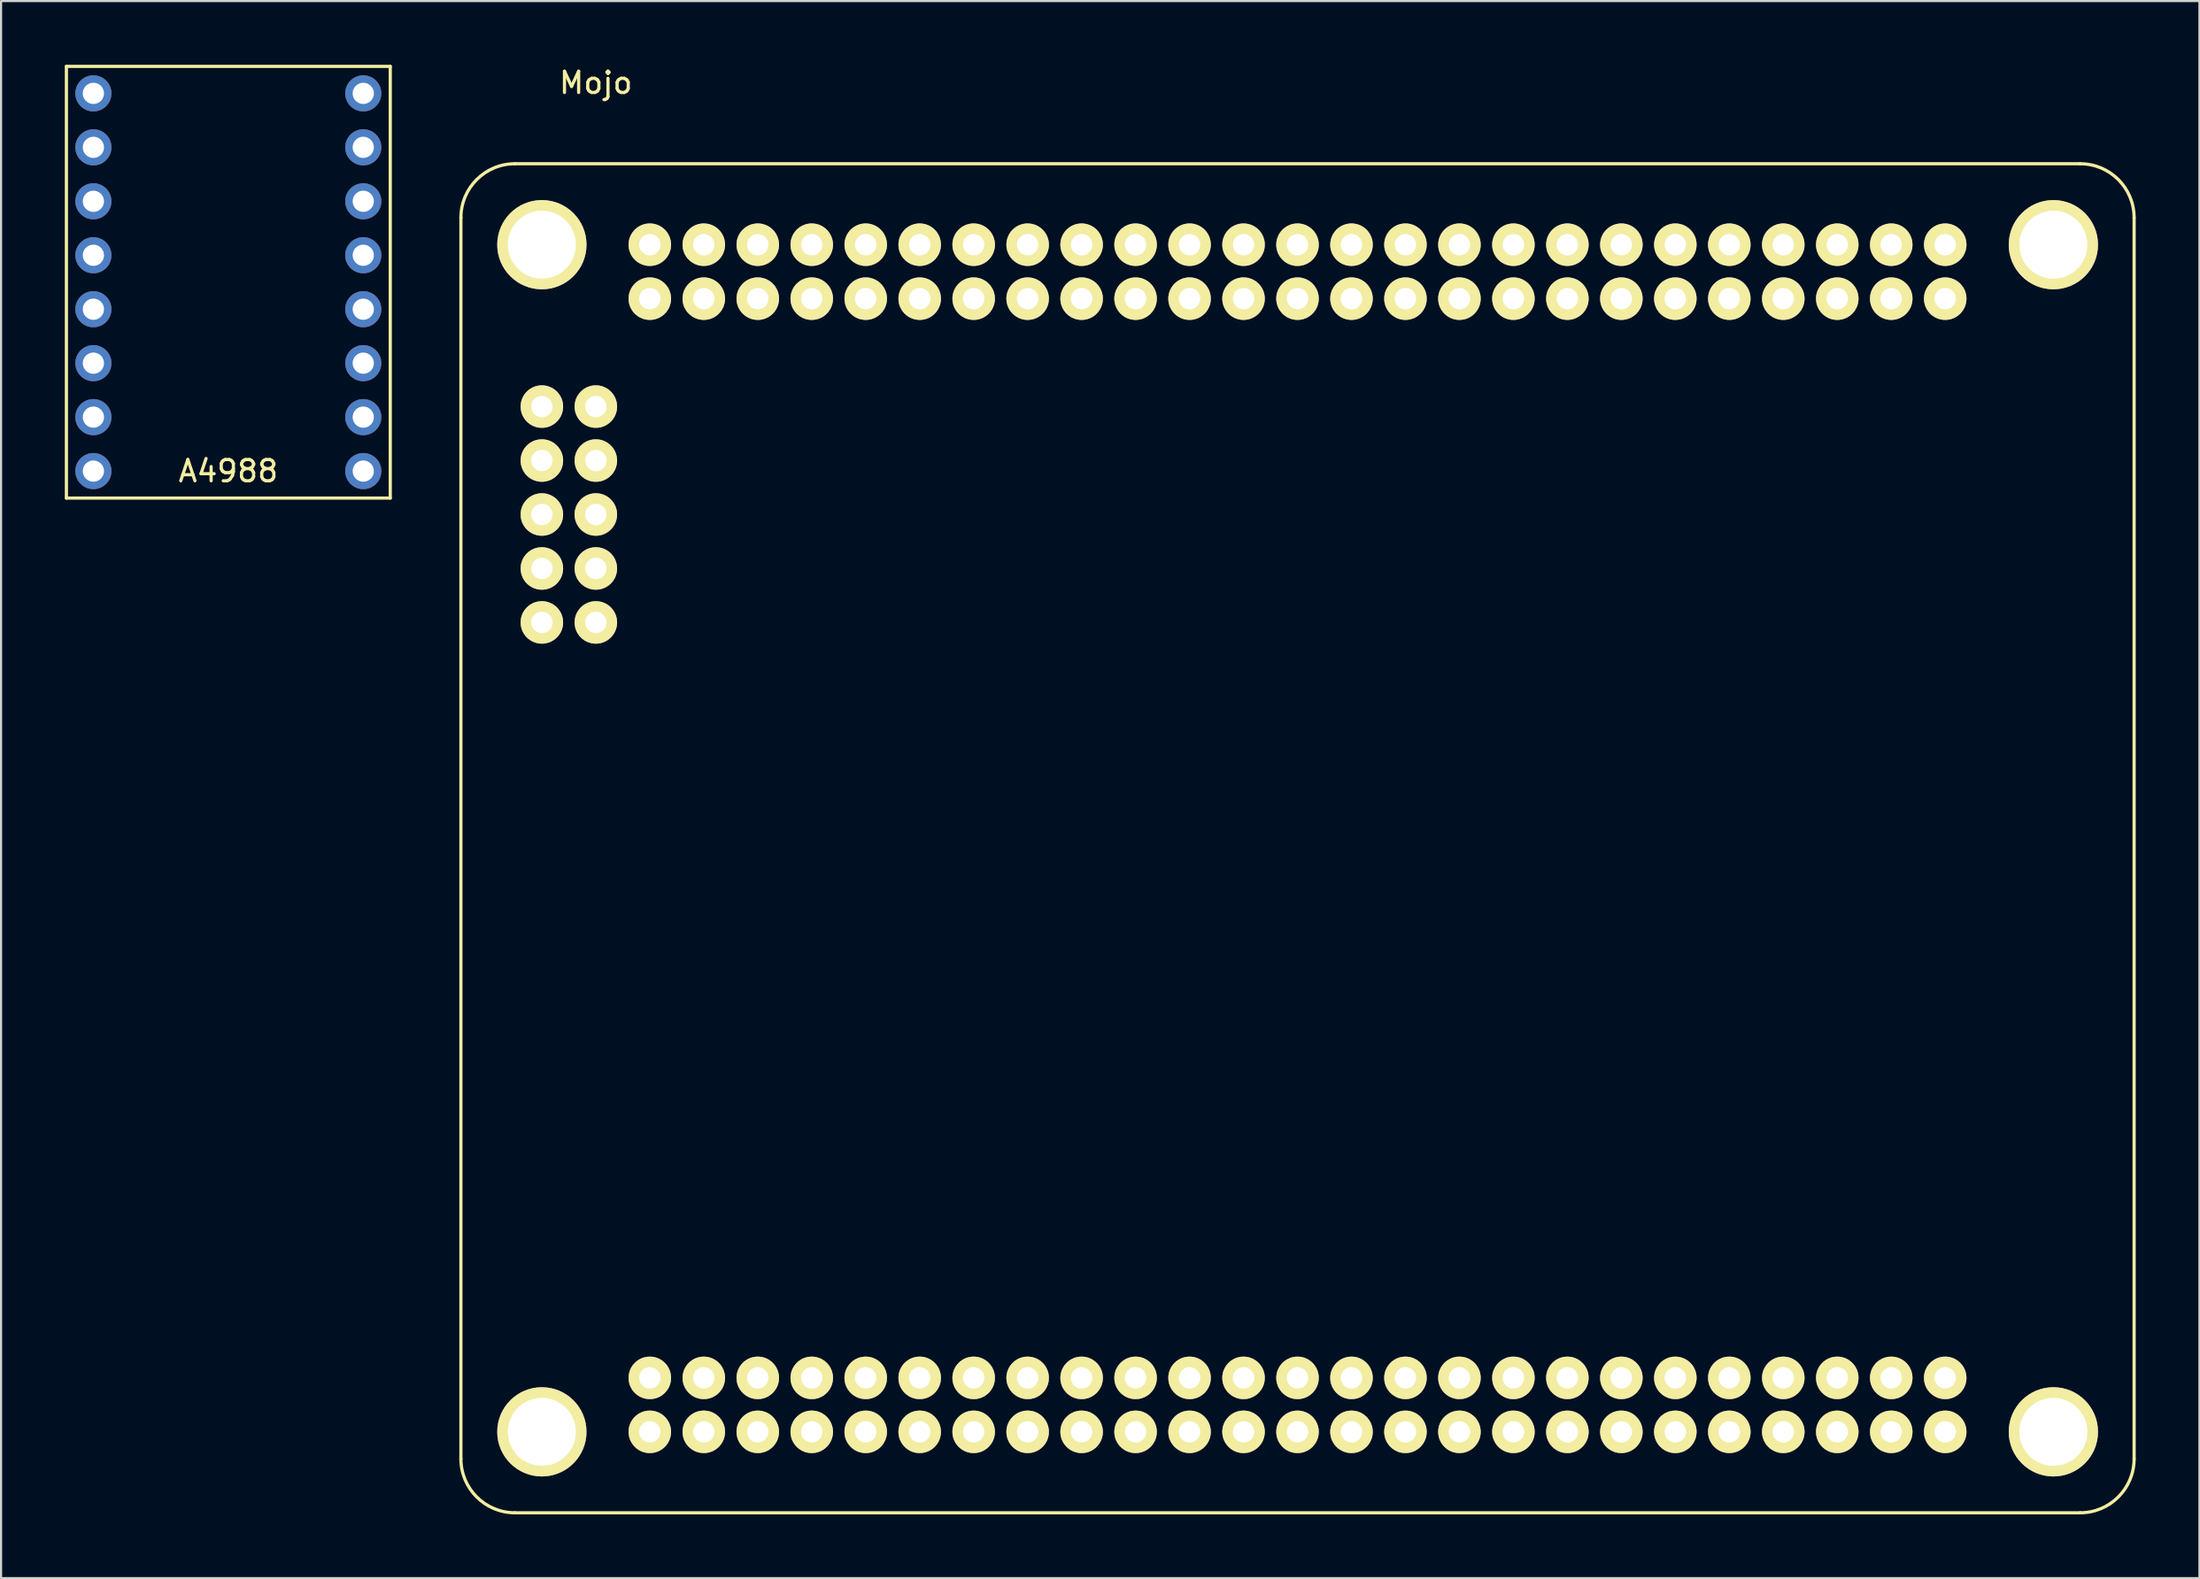
<source format=kicad_pcb>
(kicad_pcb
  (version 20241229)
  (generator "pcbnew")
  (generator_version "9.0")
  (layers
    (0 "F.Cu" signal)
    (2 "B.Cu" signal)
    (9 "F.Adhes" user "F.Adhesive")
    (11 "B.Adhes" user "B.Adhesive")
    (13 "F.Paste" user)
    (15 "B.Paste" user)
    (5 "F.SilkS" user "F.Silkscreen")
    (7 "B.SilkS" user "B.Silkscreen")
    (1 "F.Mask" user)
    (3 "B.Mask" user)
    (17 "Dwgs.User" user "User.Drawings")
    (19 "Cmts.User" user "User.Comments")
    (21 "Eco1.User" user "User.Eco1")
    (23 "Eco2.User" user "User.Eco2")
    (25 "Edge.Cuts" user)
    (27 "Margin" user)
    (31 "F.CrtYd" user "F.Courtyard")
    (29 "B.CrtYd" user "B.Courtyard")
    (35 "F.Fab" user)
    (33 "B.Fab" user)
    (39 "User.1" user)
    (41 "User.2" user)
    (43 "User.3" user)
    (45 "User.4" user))
  (footprint "Mojo"
    (layer "F.Cu")
    (at 18.64 4.658)
    (property "Reference" "Mojo" (at 6.35 -3.81 0) (layer "F.SilkS") (effects (font (size 1 1) (thickness 0.15))))
    (attr through_hole)
    (fp_line (start 0 2.54) (end 0 60.96) (stroke (width 0.15) (type solid)) (layer "F.SilkS"))
    (fp_line (start 2.54 0) (end 76.2 0) (stroke (width 0.15) (type solid)) (layer "F.SilkS"))
    (fp_line (start 2.54 63.5) (end 76.2 63.5) (stroke (width 0.15) (type solid)) (layer "F.SilkS"))
    (fp_line (start 78.74 2.54) (end 78.74 60.96) (stroke (width 0.15) (type solid)) (layer "F.SilkS"))
    (fp_arc (start 0 2.54) (mid 0.743949 0.743949) (end 2.54 0) (stroke (width 0.15) (type solid)) (layer "F.SilkS"))
    (fp_arc (start 2.54 63.5) (mid 0.743949 62.756051) (end 0 60.96) (stroke (width 0.15) (type solid)) (layer "F.SilkS"))
    (fp_arc (start 76.2 0) (mid 77.996051 0.743949) (end 78.74 2.54) (stroke (width 0.15) (type solid)) (layer "F.SilkS"))
    (fp_arc (start 78.74 60.96) (mid 77.996051 62.756051) (end 76.2 63.5) (stroke (width 0.15) (type solid)) (layer "F.SilkS"))
    (pad "" np_thru_hole circle (at 3.81 3.81) (size 4.2 4.2) (drill 3.2) (layers "*.Cu" "*.Mask" "F.SilkS"))
    (pad "" np_thru_hole circle (at 3.81 59.69) (size 4.2 4.2) (drill 3.2) (layers "*.Cu" "*.Mask" "F.SilkS"))
    (pad "" np_thru_hole circle (at 74.94 3.81) (size 4.2 4.2) (drill 3.2) (layers "*.Cu" "*.Mask" "F.SilkS"))
    (pad "" np_thru_hole circle (at 74.94 59.69) (size 4.2 4.2) (drill 3.2) (layers "*.Cu" "*.Mask" "F.SilkS"))
    (pad "+V" thru_hole circle (at 11.43 6.35) (size 2 2) (drill 1.008) (layers "*.Cu" "*.Mask" "F.SilkS"))
    (pad "+V" thru_hole circle (at 11.43 59.69) (size 2 2) (drill 1.008) (layers "*.Cu" "*.Mask" "F.SilkS"))
    (pad "1" thru_hole circle (at 49.53 6.35) (size 2 2) (drill 1.008) (layers "*.Cu" "*.Mask" "F.SilkS"))
    (pad "2" thru_hole circle (at 49.53 3.81) (size 2 2) (drill 1.008) (layers "*.Cu" "*.Mask" "F.SilkS"))
    (pad "5" thru_hole circle (at 46.99 6.35) (size 2 2) (drill 1.008) (layers "*.Cu" "*.Mask" "F.SilkS"))
    (pad "6" thru_hole circle (at 46.99 3.81) (size 2 2) (drill 1.008) (layers "*.Cu" "*.Mask" "F.SilkS"))
    (pad "7" thru_hole circle (at 44.45 6.35) (size 2 2) (drill 1.008) (layers "*.Cu" "*.Mask" "F.SilkS"))
    (pad "8" thru_hole circle (at 44.45 3.81) (size 2 2) (drill 1.008) (layers "*.Cu" "*.Mask" "F.SilkS"))
    (pad "9" thru_hole circle (at 41.91 6.35) (size 2 2) (drill 1.008) (layers "*.Cu" "*.Mask" "F.SilkS"))
    (pad "10" thru_hole circle (at 41.91 3.81) (size 2 2) (drill 1.008) (layers "*.Cu" "*.Mask" "F.SilkS"))
    (pad "11" thru_hole circle (at 39.37 6.35) (size 2 2) (drill 1.008) (layers "*.Cu" "*.Mask" "F.SilkS"))
    (pad "12" thru_hole circle (at 39.37 3.81) (size 2 2) (drill 1.008) (layers "*.Cu" "*.Mask" "F.SilkS"))
    (pad "14" thru_hole circle (at 36.83 6.35) (size 2 2) (drill 1.008) (layers "*.Cu" "*.Mask" "F.SilkS"))
    (pad "15" thru_hole circle (at 36.83 3.81) (size 2 2) (drill 1.008) (layers "*.Cu" "*.Mask" "F.SilkS"))
    (pad "16" thru_hole circle (at 34.29 6.35) (size 2 2) (drill 1.008) (layers "*.Cu" "*.Mask" "F.SilkS"))
    (pad "17" thru_hole circle (at 34.29 3.81) (size 2 2) (drill 1.008) (layers "*.Cu" "*.Mask" "F.SilkS"))
    (pad "21" thru_hole circle (at 31.75 6.35) (size 2 2) (drill 1.008) (layers "*.Cu" "*.Mask" "F.SilkS"))
    (pad "22" thru_hole circle (at 31.75 3.81) (size 2 2) (drill 1.008) (layers "*.Cu" "*.Mask" "F.SilkS"))
    (pad "23" thru_hole circle (at 29.21 6.35) (size 2 2) (drill 1.008) (layers "*.Cu" "*.Mask" "F.SilkS"))
    (pad "24" thru_hole circle (at 29.21 3.81) (size 2 2) (drill 1.008) (layers "*.Cu" "*.Mask" "F.SilkS"))
    (pad "26" thru_hole circle (at 26.67 6.35) (size 2 2) (drill 1.008) (layers "*.Cu" "*.Mask" "F.SilkS"))
    (pad "27" thru_hole circle (at 26.67 3.81) (size 2 2) (drill 1.008) (layers "*.Cu" "*.Mask" "F.SilkS"))
    (pad "29" thru_hole circle (at 24.13 6.35) (size 2 2) (drill 1.008) (layers "*.Cu" "*.Mask" "F.SilkS"))
    (pad "30" thru_hole circle (at 24.13 3.81) (size 2 2) (drill 1.008) (layers "*.Cu" "*.Mask" "F.SilkS"))
    (pad "32" thru_hole circle (at 21.59 6.35) (size 2 2) (drill 1.008) (layers "*.Cu" "*.Mask" "F.SilkS"))
    (pad "33" thru_hole circle (at 21.59 3.81) (size 2 2) (drill 1.008) (layers "*.Cu" "*.Mask" "F.SilkS"))
    (pad "34" thru_hole circle (at 19.05 6.35) (size 2 2) (drill 1.008) (layers "*.Cu" "*.Mask" "F.SilkS"))
    (pad "35" thru_hole circle (at 19.05 3.81) (size 2 2) (drill 1.008) (layers "*.Cu" "*.Mask" "F.SilkS"))
    (pad "40" thru_hole circle (at 16.51 6.35) (size 2 2) (drill 1.008) (layers "*.Cu" "*.Mask" "F.SilkS"))
    (pad "41" thru_hole circle (at 16.51 3.81) (size 2 2) (drill 1.008) (layers "*.Cu" "*.Mask" "F.SilkS"))
    (pad "50" thru_hole circle (at 13.97 6.35) (size 2 2) (drill 1.008) (layers "*.Cu" "*.Mask" "F.SilkS"))
    (pad "51" thru_hole circle (at 13.97 3.81) (size 2 2) (drill 1.008) (layers "*.Cu" "*.Mask" "F.SilkS"))
    (pad "57" thru_hole circle (at 16.51 59.69) (size 2 2) (drill 1.008) (layers "*.Cu" "*.Mask" "F.SilkS"))
    (pad "58" thru_hole circle (at 16.51 57.15) (size 2 2) (drill 1.008) (layers "*.Cu" "*.Mask" "F.SilkS"))
    (pad "66" thru_hole circle (at 19.05 59.69) (size 2 2) (drill 1.008) (layers "*.Cu" "*.Mask" "F.SilkS"))
    (pad "67" thru_hole circle (at 19.05 57.15) (size 2 2) (drill 1.008) (layers "*.Cu" "*.Mask" "F.SilkS"))
    (pad "74" thru_hole circle (at 21.59 59.69) (size 2 2) (drill 1.008) (layers "*.Cu" "*.Mask" "F.SilkS"))
    (pad "75" thru_hole circle (at 21.59 57.15) (size 2 2) (drill 1.008) (layers "*.Cu" "*.Mask" "F.SilkS"))
    (pad "78" thru_hole circle (at 24.13 59.69) (size 2 2) (drill 1.008) (layers "*.Cu" "*.Mask" "F.SilkS"))
    (pad "79" thru_hole circle (at 24.13 57.15) (size 2 2) (drill 1.008) (layers "*.Cu" "*.Mask" "F.SilkS"))
    (pad "80" thru_hole circle (at 26.67 59.69) (size 2 2) (drill 1.008) (layers "*.Cu" "*.Mask" "F.SilkS"))
    (pad "81" thru_hole circle (at 26.67 57.15) (size 2 2) (drill 1.008) (layers "*.Cu" "*.Mask" "F.SilkS"))
    (pad "82" thru_hole circle (at 29.21 59.69) (size 2 2) (drill 1.008) (layers "*.Cu" "*.Mask" "F.SilkS"))
    (pad "83" thru_hole circle (at 29.21 57.15) (size 2 2) (drill 1.008) (layers "*.Cu" "*.Mask" "F.SilkS"))
    (pad "84" thru_hole circle (at 31.75 59.69) (size 2 2) (drill 1.008) (layers "*.Cu" "*.Mask" "F.SilkS"))
    (pad "85" thru_hole circle (at 31.75 57.15) (size 2 2) (drill 1.008) (layers "*.Cu" "*.Mask" "F.SilkS"))
    (pad "87" thru_hole circle (at 34.29 59.69) (size 2 2) (drill 1.008) (layers "*.Cu" "*.Mask" "F.SilkS"))
    (pad "88" thru_hole circle (at 34.29 57.15) (size 2 2) (drill 1.008) (layers "*.Cu" "*.Mask" "F.SilkS"))
    (pad "92" thru_hole circle (at 36.83 59.69) (size 2 2) (drill 1.008) (layers "*.Cu" "*.Mask" "F.SilkS"))
    (pad "93" thru_hole circle (at 36.83 57.15) (size 2 2) (drill 1.008) (layers "*.Cu" "*.Mask" "F.SilkS"))
    (pad "94" thru_hole circle (at 39.37 59.69) (size 2 2) (drill 1.008) (layers "*.Cu" "*.Mask" "F.SilkS"))
    (pad "95" thru_hole circle (at 39.37 57.15) (size 2 2) (drill 1.008) (layers "*.Cu" "*.Mask" "F.SilkS"))
    (pad "97" thru_hole circle (at 41.91 59.69) (size 2 2) (drill 1.008) (layers "*.Cu" "*.Mask" "F.SilkS"))
    (pad "98" thru_hole circle (at 41.91 57.15) (size 2 2) (drill 1.008) (layers "*.Cu" "*.Mask" "F.SilkS"))
    (pad "99" thru_hole circle (at 44.45 59.69) (size 2 2) (drill 1.008) (layers "*.Cu" "*.Mask" "F.SilkS"))
    (pad "100" thru_hole circle (at 44.45 57.15) (size 2 2) (drill 1.008) (layers "*.Cu" "*.Mask" "F.SilkS"))
    (pad "101" thru_hole circle (at 46.99 59.69) (size 2 2) (drill 1.008) (layers "*.Cu" "*.Mask" "F.SilkS"))
    (pad "102" thru_hole circle (at 46.99 57.15) (size 2 2) (drill 1.008) (layers "*.Cu" "*.Mask" "F.SilkS"))
    (pad "104" thru_hole circle (at 49.53 59.69) (size 2 2) (drill 1.008) (layers "*.Cu" "*.Mask" "F.SilkS"))
    (pad "105" thru_hole circle (at 49.53 57.15) (size 2 2) (drill 1.008) (layers "*.Cu" "*.Mask" "F.SilkS"))
    (pad "111" thru_hole circle (at 52.07 59.69) (size 2 2) (drill 1.008) (layers "*.Cu" "*.Mask" "F.SilkS"))
    (pad "112" thru_hole circle (at 52.07 57.15) (size 2 2) (drill 1.008) (layers "*.Cu" "*.Mask" "F.SilkS"))
    (pad "114" thru_hole circle (at 54.61 59.69) (size 2 2) (drill 1.008) (layers "*.Cu" "*.Mask" "F.SilkS"))
    (pad "115" thru_hole circle (at 54.61 57.15) (size 2 2) (drill 1.008) (layers "*.Cu" "*.Mask" "F.SilkS"))
    (pad "116" thru_hole circle (at 57.15 59.69) (size 2 2) (drill 1.008) (layers "*.Cu" "*.Mask" "F.SilkS"))
    (pad "117" thru_hole circle (at 57.15 57.15) (size 2 2) (drill 1.008) (layers "*.Cu" "*.Mask" "F.SilkS"))
    (pad "118" thru_hole circle (at 59.69 59.69) (size 2 2) (drill 1.008) (layers "*.Cu" "*.Mask" "F.SilkS"))
    (pad "119" thru_hole circle (at 59.69 57.15) (size 2 2) (drill 1.008) (layers "*.Cu" "*.Mask" "F.SilkS"))
    (pad "120" thru_hole circle (at 62.23 59.69) (size 2 2) (drill 1.008) (layers "*.Cu" "*.Mask" "F.SilkS"))
    (pad "121" thru_hole circle (at 62.23 57.15) (size 2 2) (drill 1.008) (layers "*.Cu" "*.Mask" "F.SilkS"))
    (pad "123" thru_hole circle (at 69.85 6.35) (size 2 2) (drill 1.008) (layers "*.Cu" "*.Mask" "F.SilkS"))
    (pad "124" thru_hole circle (at 69.85 3.81) (size 2 2) (drill 1.008) (layers "*.Cu" "*.Mask" "F.SilkS"))
    (pad "126" thru_hole circle (at 67.31 6.35) (size 2 2) (drill 1.008) (layers "*.Cu" "*.Mask" "F.SilkS"))
    (pad "127" thru_hole circle (at 67.31 3.81) (size 2 2) (drill 1.008) (layers "*.Cu" "*.Mask" "F.SilkS"))
    (pad "131" thru_hole circle (at 64.77 6.35) (size 2 2) (drill 1.008) (layers "*.Cu" "*.Mask" "F.SilkS"))
    (pad "132" thru_hole circle (at 64.77 3.81) (size 2 2) (drill 1.008) (layers "*.Cu" "*.Mask" "F.SilkS"))
    (pad "133" thru_hole circle (at 62.23 6.35) (size 2 2) (drill 1.008) (layers "*.Cu" "*.Mask" "F.SilkS"))
    (pad "134" thru_hole circle (at 62.23 3.81) (size 2 2) (drill 1.008) (layers "*.Cu" "*.Mask" "F.SilkS"))
    (pad "137" thru_hole circle (at 59.69 6.35) (size 2 2) (drill 1.008) (layers "*.Cu" "*.Mask" "F.SilkS"))
    (pad "138" thru_hole circle (at 59.69 3.81) (size 2 2) (drill 1.008) (layers "*.Cu" "*.Mask" "F.SilkS"))
    (pad "139" thru_hole circle (at 57.15 6.35) (size 2 2) (drill 1.008) (layers "*.Cu" "*.Mask" "F.SilkS"))
    (pad "140" thru_hole circle (at 57.15 3.81) (size 2 2) (drill 1.008) (layers "*.Cu" "*.Mask" "F.SilkS"))
    (pad "141" thru_hole circle (at 54.61 6.35) (size 2 2) (drill 1.008) (layers "*.Cu" "*.Mask" "F.SilkS"))
    (pad "142" thru_hole circle (at 54.61 3.81) (size 2 2) (drill 1.008) (layers "*.Cu" "*.Mask" "F.SilkS"))
    (pad "143" thru_hole circle (at 52.07 6.35) (size 2 2) (drill 1.008) (layers "*.Cu" "*.Mask" "F.SilkS"))
    (pad "144" thru_hole circle (at 52.07 3.81) (size 2 2) (drill 1.008) (layers "*.Cu" "*.Mask" "F.SilkS"))
    (pad "A0" thru_hole circle (at 6.35 21.59 90) (size 2 2) (drill 1.008) (layers "*.Cu" "*.Mask" "F.SilkS"))
    (pad "A1" thru_hole circle (at 3.81 21.59 90) (size 2 2) (drill 1.008) (layers "*.Cu" "*.Mask" "F.SilkS"))
    (pad "A4" thru_hole circle (at 6.35 19.05 90) (size 2 2) (drill 1.008) (layers "*.Cu" "*.Mask" "F.SilkS"))
    (pad "A5" thru_hole circle (at 3.81 19.05 90) (size 2 2) (drill 1.008) (layers "*.Cu" "*.Mask" "F.SilkS"))
    (pad "A6" thru_hole circle (at 6.35 16.51 90) (size 2 2) (drill 1.008) (layers "*.Cu" "*.Mask" "F.SilkS"))
    (pad "A7" thru_hole circle (at 3.81 16.51 90) (size 2 2) (drill 1.008) (layers "*.Cu" "*.Mask" "F.SilkS"))
    (pad "A8" thru_hole circle (at 6.35 13.97 90) (size 2 2) (drill 1.008) (layers "*.Cu" "*.Mask" "F.SilkS"))
    (pad "A9" thru_hole circle (at 3.81 13.97 90) (size 2 2) (drill 1.008) (layers "*.Cu" "*.Mask" "F.SilkS"))
    (pad "AREF" thru_hole circle (at 3.81 11.43 90) (size 2 2) (drill 1.008) (layers "*.Cu" "*.Mask" "F.SilkS"))
    (pad "DONE" thru_hole circle (at 13.97 59.69) (size 2 2) (drill 1.008) (layers "*.Cu" "*.Mask" "F.SilkS"))
    (pad "GND" thru_hole circle (at 6.35 11.43 90) (size 2 2) (drill 1.008) (layers "*.Cu" "*.Mask" "F.SilkS"))
    (pad "GND" thru_hole circle (at 8.89 3.81) (size 2 2) (drill 1.008) (layers "*.Cu" "*.Mask" "F.SilkS"))
    (pad "GND" thru_hole circle (at 8.89 57.15) (size 2 2) (drill 1.008) (layers "*.Cu" "*.Mask" "F.SilkS"))
    (pad "GND" thru_hole circle (at 11.43 3.81) (size 2 2) (drill 1.008) (layers "*.Cu" "*.Mask" "F.SilkS"))
    (pad "GND" thru_hole circle (at 11.43 57.15) (size 2 2) (drill 1.008) (layers "*.Cu" "*.Mask" "F.SilkS"))
    (pad "GND" thru_hole circle (at 69.85 59.69) (size 2 2) (drill 1.008) (layers "*.Cu" "*.Mask" "F.SilkS"))
    (pad "RAW" thru_hole circle (at 8.89 6.35) (size 2 2) (drill 1.008) (layers "*.Cu" "*.Mask" "F.SilkS"))
    (pad "RAW" thru_hole circle (at 8.89 59.69) (size 2 2) (drill 1.008) (layers "*.Cu" "*.Mask" "F.SilkS"))
    (pad "RST" thru_hole circle (at 69.85 57.15) (size 2 2) (drill 1.008) (layers "*.Cu" "*.Mask" "F.SilkS"))
    (pad "SUS" thru_hole circle (at 13.97 57.15) (size 2 2) (drill 1.008) (layers "*.Cu" "*.Mask" "F.SilkS"))
    (pad "TCK" thru_hole circle (at 67.31 59.69) (size 2 2) (drill 1.008) (layers "*.Cu" "*.Mask" "F.SilkS"))
    (pad "TDI" thru_hole circle (at 67.31 57.15) (size 2 2) (drill 1.008) (layers "*.Cu" "*.Mask" "F.SilkS"))
    (pad "TDO" thru_hole circle (at 64.77 59.69) (size 2 2) (drill 1.008) (layers "*.Cu" "*.Mask" "F.SilkS"))
    (pad "TMS" thru_hole circle (at 64.77 57.15) (size 2 2) (drill 1.008) (layers "*.Cu" "*.Mask" "F.SilkS")))
  (footprint "A4988"
    (layer "F.Cu")
    (at 7.695 10.235)
    (property "Reference" "A4988" (at 0 8.89 0) (layer "F.SilkS") (effects (font (size 1 1) (thickness 0.15))))
    (attr through_hole)
    (fp_line (start -7.62 -10.16) (end 7.62 -10.16) (stroke (width 0.15) (type solid)) (layer "F.SilkS"))
    (fp_line (start -7.62 10.16) (end -7.62 -10.16) (stroke (width 0.15) (type solid)) (layer "F.SilkS"))
    (fp_line (start 7.62 -10.16) (end 7.62 10.16) (stroke (width 0.15) (type solid)) (layer "F.SilkS"))
    (fp_line (start 7.62 10.16) (end -7.62 10.16) (stroke (width 0.15) (type solid)) (layer "F.SilkS"))
    (pad "1" thru_hole oval (at -6.35 -8.89) (size 1.7 1.7) (drill 1) (layers "*.Cu" "*.Mask"))
    (pad "2" thru_hole oval (at -6.35 -6.35) (size 1.7 1.7) (drill 1) (layers "*.Cu" "*.Mask"))
    (pad "3" thru_hole oval (at -6.35 -3.81) (size 1.7 1.7) (drill 1) (layers "*.Cu" "*.Mask"))
    (pad "4" thru_hole oval (at -6.35 -1.27) (size 1.7 1.7) (drill 1) (layers "*.Cu" "*.Mask"))
    (pad "5" thru_hole oval (at -6.35 1.27) (size 1.7 1.7) (drill 1) (layers "*.Cu" "*.Mask"))
    (pad "6" thru_hole oval (at -6.35 3.81) (size 1.7 1.7) (drill 1) (layers "*.Cu" "*.Mask"))
    (pad "7" thru_hole oval (at -6.35 6.35) (size 1.7 1.7) (drill 1) (layers "*.Cu" "*.Mask"))
    (pad "8" thru_hole oval (at -6.35 8.89) (size 1.7 1.7) (drill 1) (layers "*.Cu" "*.Mask"))
    (pad "9" thru_hole oval (at 6.35 -8.89) (size 1.7 1.7) (drill 1) (layers "*.Cu" "*.Mask"))
    (pad "10" thru_hole oval (at 6.35 -6.35) (size 1.7 1.7) (drill 1) (layers "*.Cu" "*.Mask"))
    (pad "11" thru_hole oval (at 6.35 -3.81) (size 1.7 1.7) (drill 1) (layers "*.Cu" "*.Mask"))
    (pad "12" thru_hole oval (at 6.35 -1.27) (size 1.7 1.7) (drill 1) (layers "*.Cu" "*.Mask"))
    (pad "13" thru_hole oval (at 6.35 1.27) (size 1.7 1.7) (drill 1) (layers "*.Cu" "*.Mask"))
    (pad "14" thru_hole oval (at 6.35 3.81) (size 1.7 1.7) (drill 1) (layers "*.Cu" "*.Mask"))
    (pad "15" thru_hole oval (at 6.35 6.35) (size 1.7 1.7) (drill 1) (layers "*.Cu" "*.Mask"))
    (pad "16" thru_hole oval (at 6.35 8.89) (size 1.7 1.7) (drill 1) (layers "*.Cu" "*.Mask")))
  (gr_rect
    (start -3 -3)
    (end 100.455 71.233)
    (stroke (width 0.1) (type default))
    (fill no)
    (layer "Edge.Cuts")))
</source>
